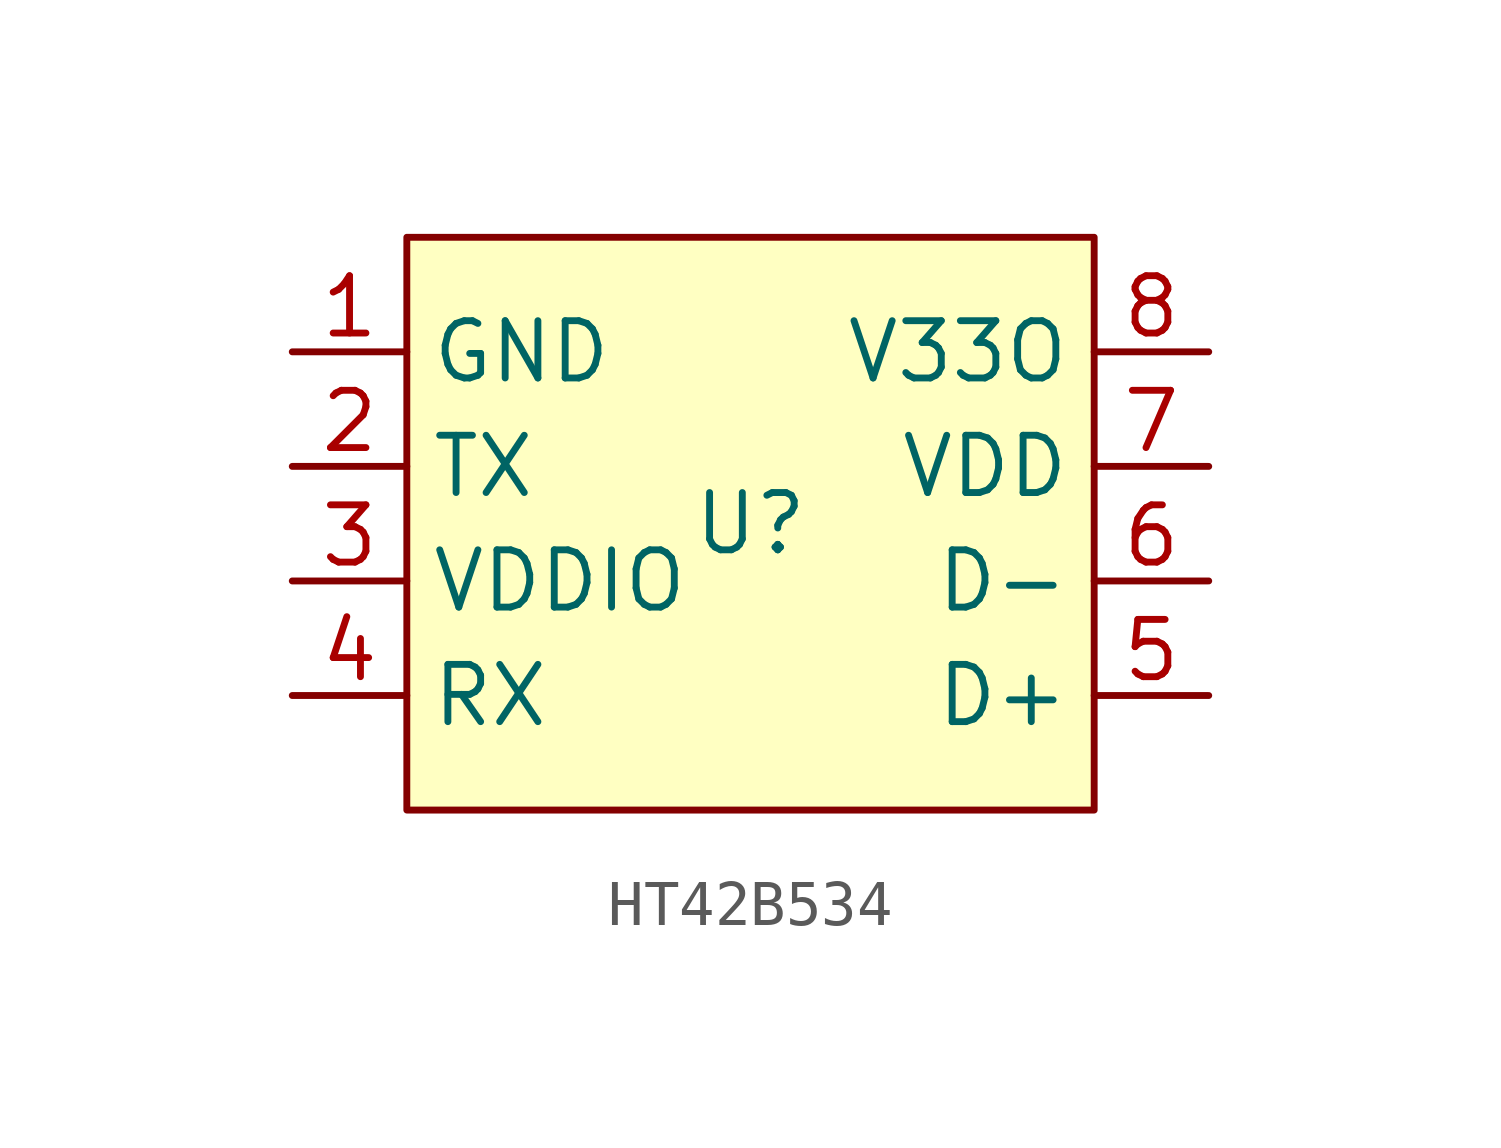
<source format=kicad_sym>
(kicad_symbol_lib
  (version 20220914)
  (generator kicad_symbol_editor)
  (symbol "HT42B534"
    (property "Reference" "U"
      (at 0 0 0)
      (effects (font (size 1.27 1.27))))
    (property "Value" ""
      (at -5.08 3.81 0)
      (effects (font (size 1.27 1.27))))
    (symbol "HT42B534_1_1"
      (rectangle (start -7.62 6.35) (end 7.62 -6.35) (stroke (width 0) (type default)) (fill (type background)))
      (pin bidirectional line (at -10.16 3.81 0) (length 2.54) (name "GND" (effects (font (size 1.27 1.27)))) (number "1" (effects (font (size 1.27 1.27)))))
      (pin bidirectional line (at -10.16 1.27 0) (length 2.54) (name "TX" (effects (font (size 1.27 1.27)))) (number "2" (effects (font (size 1.27 1.27)))))
      (pin bidirectional line (at -10.16 -1.27 0) (length 2.54) (name "VDDIO" (effects (font (size 1.27 1.27)))) (number "3" (effects (font (size 1.27 1.27)))))
      (pin bidirectional line (at -10.16 -3.81 0) (length 2.54) (name "RX" (effects (font (size 1.27 1.27)))) (number "4" (effects (font (size 1.27 1.27)))))
      (pin bidirectional line (at 10.16 -3.81 180) (length 2.54) (name "D+" (effects (font (size 1.27 1.27)))) (number "5" (effects (font (size 1.27 1.27)))))
      (pin bidirectional line (at 10.16 -1.27 180) (length 2.54) (name "D-" (effects (font (size 1.27 1.27)))) (number "6" (effects (font (size 1.27 1.27)))))
      (pin bidirectional line (at 10.16 1.27 180) (length 2.54) (name "VDD" (effects (font (size 1.27 1.27)))) (number "7" (effects (font (size 1.27 1.27)))))
      (pin bidirectional line (at 10.16 3.81 180) (length 2.54) (name "V33O" (effects (font (size 1.27 1.27)))) (number "8" (effects (font (size 1.27 1.27))))))))
</source>
